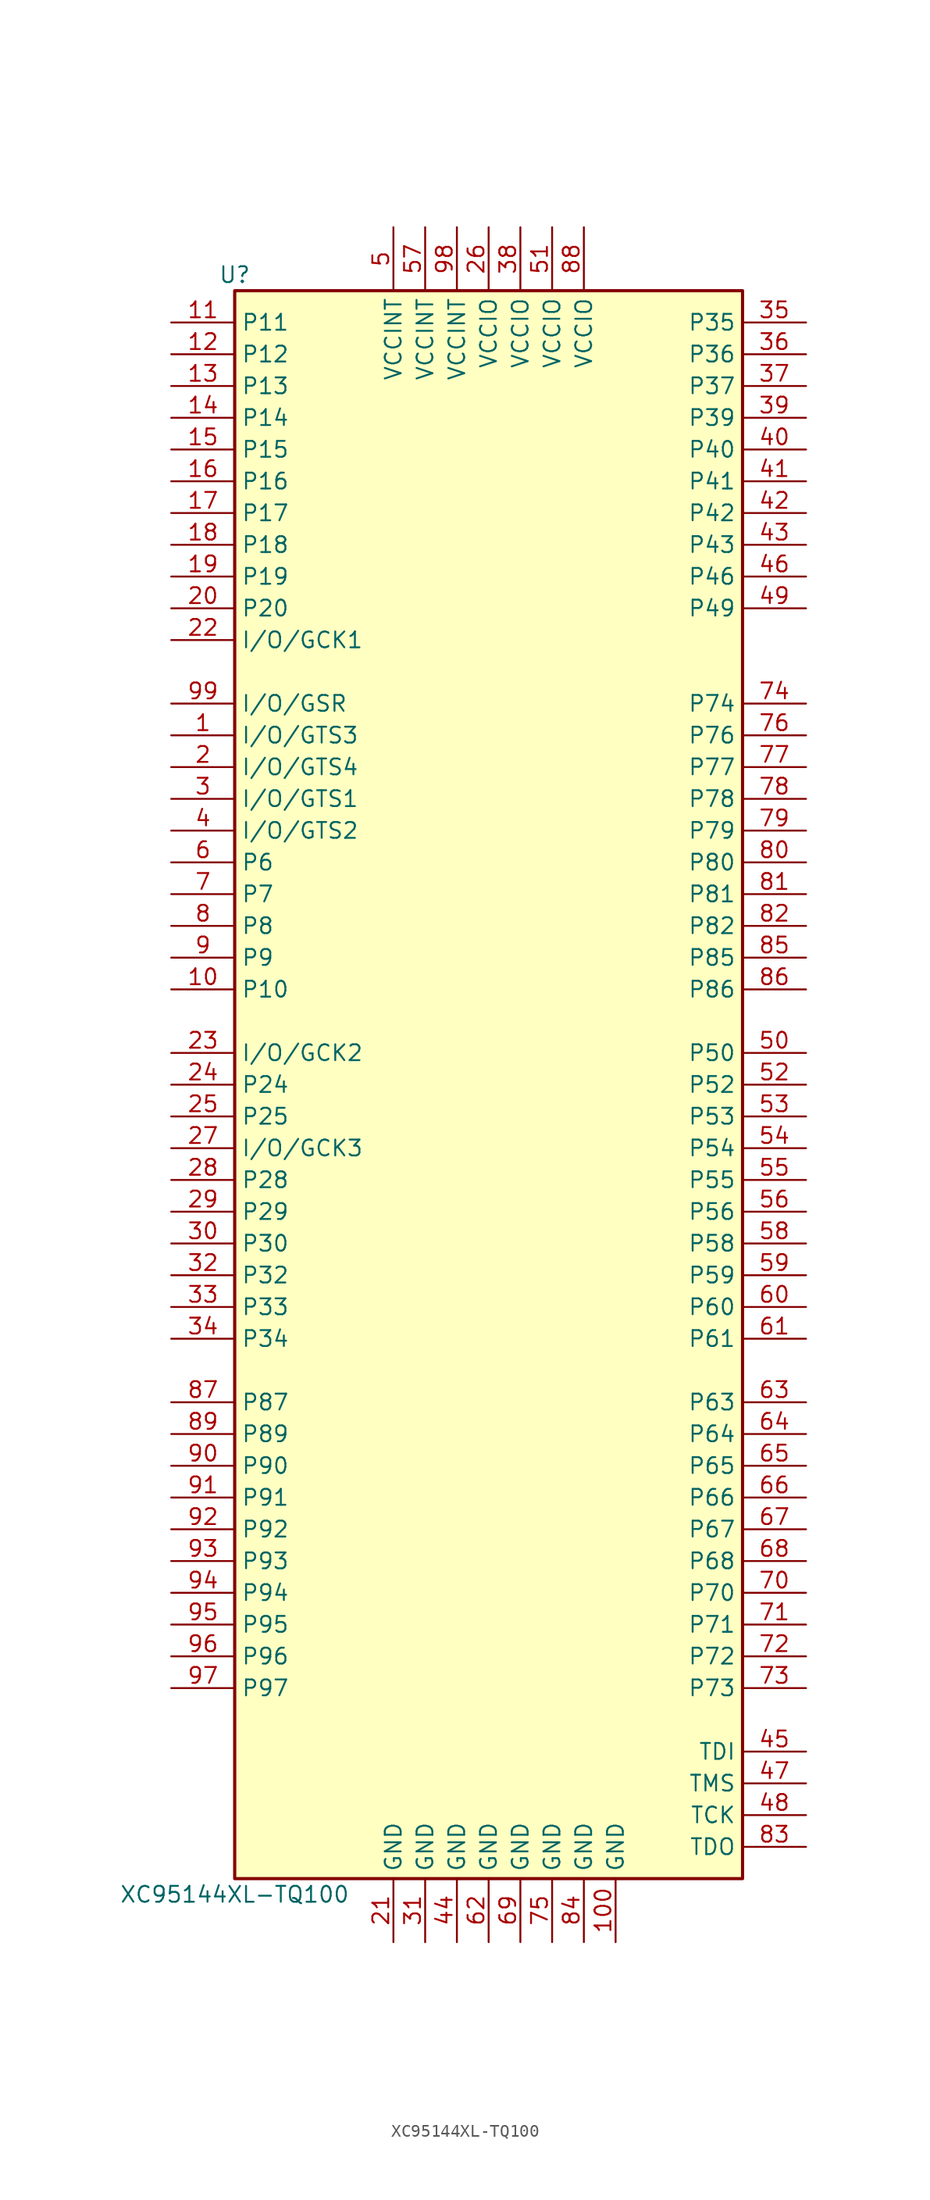
<source format=kicad_sym>
(kicad_symbol_lib
  (version 20211014)
  (generator kicad_symbol_editor)
  (symbol "XC95144XL-TQ100"
    (property "Reference" "U"
      (at -20.32 64.77 0)
      (effects (font (size 1.27 1.27))))
    (property "Value" "XC95144XL-TQ100"
      (at -20.32 -64.77 0)
      (effects (font (size 1.27 1.27))))
    (symbol "XC95144XL-TQ100_1_1"
      (rectangle (start -20.32 63.5) (end 20.32 -63.5) (stroke (width 0.254) (type default) (color 0 0 0 0)) (fill (type background)))
      (pin bidirectional line (at -25.4 27.94 0) (length 5.08) (name "I/O/GTS3" (effects (font (size 1.27 1.27)))) (number "1" (effects (font (size 1.27 1.27)))))
      (pin bidirectional line (at -25.4 7.62 0) (length 5.08) (name "P10" (effects (font (size 1.27 1.27)))) (number "10" (effects (font (size 1.27 1.27)))))
      (pin power_in line (at 10.16 -68.58 90) (length 5.08) (name "GND" (effects (font (size 1.27 1.27)))) (number "100" (effects (font (size 1.27 1.27)))))
      (pin bidirectional line (at -25.4 60.96 0) (length 5.08) (name "P11" (effects (font (size 1.27 1.27)))) (number "11" (effects (font (size 1.27 1.27)))))
      (pin bidirectional line (at -25.4 58.42 0) (length 5.08) (name "P12" (effects (font (size 1.27 1.27)))) (number "12" (effects (font (size 1.27 1.27)))))
      (pin bidirectional line (at -25.4 55.88 0) (length 5.08) (name "P13" (effects (font (size 1.27 1.27)))) (number "13" (effects (font (size 1.27 1.27)))))
      (pin bidirectional line (at -25.4 53.34 0) (length 5.08) (name "P14" (effects (font (size 1.27 1.27)))) (number "14" (effects (font (size 1.27 1.27)))))
      (pin bidirectional line (at -25.4 50.8 0) (length 5.08) (name "P15" (effects (font (size 1.27 1.27)))) (number "15" (effects (font (size 1.27 1.27)))))
      (pin bidirectional line (at -25.4 48.26 0) (length 5.08) (name "P16" (effects (font (size 1.27 1.27)))) (number "16" (effects (font (size 1.27 1.27)))))
      (pin bidirectional line (at -25.4 45.72 0) (length 5.08) (name "P17" (effects (font (size 1.27 1.27)))) (number "17" (effects (font (size 1.27 1.27)))))
      (pin bidirectional line (at -25.4 43.18 0) (length 5.08) (name "P18" (effects (font (size 1.27 1.27)))) (number "18" (effects (font (size 1.27 1.27)))))
      (pin bidirectional line (at -25.4 40.64 0) (length 5.08) (name "P19" (effects (font (size 1.27 1.27)))) (number "19" (effects (font (size 1.27 1.27)))))
      (pin bidirectional line (at -25.4 25.4 0) (length 5.08) (name "I/O/GTS4" (effects (font (size 1.27 1.27)))) (number "2" (effects (font (size 1.27 1.27)))))
      (pin bidirectional line (at -25.4 38.1 0) (length 5.08) (name "P20" (effects (font (size 1.27 1.27)))) (number "20" (effects (font (size 1.27 1.27)))))
      (pin power_in line (at -7.62 -68.58 90) (length 5.08) (name "GND" (effects (font (size 1.27 1.27)))) (number "21" (effects (font (size 1.27 1.27)))))
      (pin bidirectional line (at -25.4 35.56 0) (length 5.08) (name "I/O/GCK1" (effects (font (size 1.27 1.27)))) (number "22" (effects (font (size 1.27 1.27)))))
      (pin bidirectional line (at -25.4 2.54 0) (length 5.08) (name "I/O/GCK2" (effects (font (size 1.27 1.27)))) (number "23" (effects (font (size 1.27 1.27)))))
      (pin bidirectional line (at -25.4 0 0) (length 5.08) (name "P24" (effects (font (size 1.27 1.27)))) (number "24" (effects (font (size 1.27 1.27)))))
      (pin bidirectional line (at -25.4 -2.54 0) (length 5.08) (name "P25" (effects (font (size 1.27 1.27)))) (number "25" (effects (font (size 1.27 1.27)))))
      (pin power_in line (at 0 68.58 270) (length 5.08) (name "VCCIO" (effects (font (size 1.27 1.27)))) (number "26" (effects (font (size 1.27 1.27)))))
      (pin bidirectional line (at -25.4 -5.08 0) (length 5.08) (name "I/O/GCK3" (effects (font (size 1.27 1.27)))) (number "27" (effects (font (size 1.27 1.27)))))
      (pin bidirectional line (at -25.4 -7.62 0) (length 5.08) (name "P28" (effects (font (size 1.27 1.27)))) (number "28" (effects (font (size 1.27 1.27)))))
      (pin bidirectional line (at -25.4 -10.16 0) (length 5.08) (name "P29" (effects (font (size 1.27 1.27)))) (number "29" (effects (font (size 1.27 1.27)))))
      (pin bidirectional line (at -25.4 22.86 0) (length 5.08) (name "I/O/GTS1" (effects (font (size 1.27 1.27)))) (number "3" (effects (font (size 1.27 1.27)))))
      (pin bidirectional line (at -25.4 -12.7 0) (length 5.08) (name "P30" (effects (font (size 1.27 1.27)))) (number "30" (effects (font (size 1.27 1.27)))))
      (pin power_in line (at -5.08 -68.58 90) (length 5.08) (name "GND" (effects (font (size 1.27 1.27)))) (number "31" (effects (font (size 1.27 1.27)))))
      (pin bidirectional line (at -25.4 -15.24 0) (length 5.08) (name "P32" (effects (font (size 1.27 1.27)))) (number "32" (effects (font (size 1.27 1.27)))))
      (pin bidirectional line (at -25.4 -17.78 0) (length 5.08) (name "P33" (effects (font (size 1.27 1.27)))) (number "33" (effects (font (size 1.27 1.27)))))
      (pin bidirectional line (at -25.4 -20.32 0) (length 5.08) (name "P34" (effects (font (size 1.27 1.27)))) (number "34" (effects (font (size 1.27 1.27)))))
      (pin bidirectional line (at 25.4 60.96 180) (length 5.08) (name "P35" (effects (font (size 1.27 1.27)))) (number "35" (effects (font (size 1.27 1.27)))))
      (pin bidirectional line (at 25.4 58.42 180) (length 5.08) (name "P36" (effects (font (size 1.27 1.27)))) (number "36" (effects (font (size 1.27 1.27)))))
      (pin bidirectional line (at 25.4 55.88 180) (length 5.08) (name "P37" (effects (font (size 1.27 1.27)))) (number "37" (effects (font (size 1.27 1.27)))))
      (pin power_in line (at 2.54 68.58 270) (length 5.08) (name "VCCIO" (effects (font (size 1.27 1.27)))) (number "38" (effects (font (size 1.27 1.27)))))
      (pin bidirectional line (at 25.4 53.34 180) (length 5.08) (name "P39" (effects (font (size 1.27 1.27)))) (number "39" (effects (font (size 1.27 1.27)))))
      (pin bidirectional line (at -25.4 20.32 0) (length 5.08) (name "I/O/GTS2" (effects (font (size 1.27 1.27)))) (number "4" (effects (font (size 1.27 1.27)))))
      (pin bidirectional line (at 25.4 50.8 180) (length 5.08) (name "P40" (effects (font (size 1.27 1.27)))) (number "40" (effects (font (size 1.27 1.27)))))
      (pin bidirectional line (at 25.4 48.26 180) (length 5.08) (name "P41" (effects (font (size 1.27 1.27)))) (number "41" (effects (font (size 1.27 1.27)))))
      (pin bidirectional line (at 25.4 45.72 180) (length 5.08) (name "P42" (effects (font (size 1.27 1.27)))) (number "42" (effects (font (size 1.27 1.27)))))
      (pin bidirectional line (at 25.4 43.18 180) (length 5.08) (name "P43" (effects (font (size 1.27 1.27)))) (number "43" (effects (font (size 1.27 1.27)))))
      (pin power_in line (at -2.54 -68.58 90) (length 5.08) (name "GND" (effects (font (size 1.27 1.27)))) (number "44" (effects (font (size 1.27 1.27)))))
      (pin input line (at 25.4 -53.34 180) (length 5.08) (name "TDI" (effects (font (size 1.27 1.27)))) (number "45" (effects (font (size 1.27 1.27)))))
      (pin bidirectional line (at 25.4 40.64 180) (length 5.08) (name "P46" (effects (font (size 1.27 1.27)))) (number "46" (effects (font (size 1.27 1.27)))))
      (pin input line (at 25.4 -55.88 180) (length 5.08) (name "TMS" (effects (font (size 1.27 1.27)))) (number "47" (effects (font (size 1.27 1.27)))))
      (pin input line (at 25.4 -58.42 180) (length 5.08) (name "TCK" (effects (font (size 1.27 1.27)))) (number "48" (effects (font (size 1.27 1.27)))))
      (pin bidirectional line (at 25.4 38.1 180) (length 5.08) (name "P49" (effects (font (size 1.27 1.27)))) (number "49" (effects (font (size 1.27 1.27)))))
      (pin power_in line (at -7.62 68.58 270) (length 5.08) (name "VCCINT" (effects (font (size 1.27 1.27)))) (number "5" (effects (font (size 1.27 1.27)))))
      (pin bidirectional line (at 25.4 2.54 180) (length 5.08) (name "P50" (effects (font (size 1.27 1.27)))) (number "50" (effects (font (size 1.27 1.27)))))
      (pin power_in line (at 5.08 68.58 270) (length 5.08) (name "VCCIO" (effects (font (size 1.27 1.27)))) (number "51" (effects (font (size 1.27 1.27)))))
      (pin bidirectional line (at 25.4 0 180) (length 5.08) (name "P52" (effects (font (size 1.27 1.27)))) (number "52" (effects (font (size 1.27 1.27)))))
      (pin bidirectional line (at 25.4 -2.54 180) (length 5.08) (name "P53" (effects (font (size 1.27 1.27)))) (number "53" (effects (font (size 1.27 1.27)))))
      (pin bidirectional line (at 25.4 -5.08 180) (length 5.08) (name "P54" (effects (font (size 1.27 1.27)))) (number "54" (effects (font (size 1.27 1.27)))))
      (pin bidirectional line (at 25.4 -7.62 180) (length 5.08) (name "P55" (effects (font (size 1.27 1.27)))) (number "55" (effects (font (size 1.27 1.27)))))
      (pin bidirectional line (at 25.4 -10.16 180) (length 5.08) (name "P56" (effects (font (size 1.27 1.27)))) (number "56" (effects (font (size 1.27 1.27)))))
      (pin power_in line (at -5.08 68.58 270) (length 5.08) (name "VCCINT" (effects (font (size 1.27 1.27)))) (number "57" (effects (font (size 1.27 1.27)))))
      (pin bidirectional line (at 25.4 -12.7 180) (length 5.08) (name "P58" (effects (font (size 1.27 1.27)))) (number "58" (effects (font (size 1.27 1.27)))))
      (pin bidirectional line (at 25.4 -15.24 180) (length 5.08) (name "P59" (effects (font (size 1.27 1.27)))) (number "59" (effects (font (size 1.27 1.27)))))
      (pin bidirectional line (at -25.4 17.78 0) (length 5.08) (name "P6" (effects (font (size 1.27 1.27)))) (number "6" (effects (font (size 1.27 1.27)))))
      (pin bidirectional line (at 25.4 -17.78 180) (length 5.08) (name "P60" (effects (font (size 1.27 1.27)))) (number "60" (effects (font (size 1.27 1.27)))))
      (pin bidirectional line (at 25.4 -20.32 180) (length 5.08) (name "P61" (effects (font (size 1.27 1.27)))) (number "61" (effects (font (size 1.27 1.27)))))
      (pin power_in line (at 0 -68.58 90) (length 5.08) (name "GND" (effects (font (size 1.27 1.27)))) (number "62" (effects (font (size 1.27 1.27)))))
      (pin bidirectional line (at 25.4 -25.4 180) (length 5.08) (name "P63" (effects (font (size 1.27 1.27)))) (number "63" (effects (font (size 1.27 1.27)))))
      (pin bidirectional line (at 25.4 -27.94 180) (length 5.08) (name "P64" (effects (font (size 1.27 1.27)))) (number "64" (effects (font (size 1.27 1.27)))))
      (pin bidirectional line (at 25.4 -30.48 180) (length 5.08) (name "P65" (effects (font (size 1.27 1.27)))) (number "65" (effects (font (size 1.27 1.27)))))
      (pin bidirectional line (at 25.4 -33.02 180) (length 5.08) (name "P66" (effects (font (size 1.27 1.27)))) (number "66" (effects (font (size 1.27 1.27)))))
      (pin bidirectional line (at 25.4 -35.56 180) (length 5.08) (name "P67" (effects (font (size 1.27 1.27)))) (number "67" (effects (font (size 1.27 1.27)))))
      (pin bidirectional line (at 25.4 -38.1 180) (length 5.08) (name "P68" (effects (font (size 1.27 1.27)))) (number "68" (effects (font (size 1.27 1.27)))))
      (pin power_in line (at 2.54 -68.58 90) (length 5.08) (name "GND" (effects (font (size 1.27 1.27)))) (number "69" (effects (font (size 1.27 1.27)))))
      (pin bidirectional line (at -25.4 15.24 0) (length 5.08) (name "P7" (effects (font (size 1.27 1.27)))) (number "7" (effects (font (size 1.27 1.27)))))
      (pin bidirectional line (at 25.4 -40.64 180) (length 5.08) (name "P70" (effects (font (size 1.27 1.27)))) (number "70" (effects (font (size 1.27 1.27)))))
      (pin bidirectional line (at 25.4 -43.18 180) (length 5.08) (name "P71" (effects (font (size 1.27 1.27)))) (number "71" (effects (font (size 1.27 1.27)))))
      (pin bidirectional line (at 25.4 -45.72 180) (length 5.08) (name "P72" (effects (font (size 1.27 1.27)))) (number "72" (effects (font (size 1.27 1.27)))))
      (pin bidirectional line (at 25.4 -48.26 180) (length 5.08) (name "P73" (effects (font (size 1.27 1.27)))) (number "73" (effects (font (size 1.27 1.27)))))
      (pin bidirectional line (at 25.4 30.48 180) (length 5.08) (name "P74" (effects (font (size 1.27 1.27)))) (number "74" (effects (font (size 1.27 1.27)))))
      (pin power_in line (at 5.08 -68.58 90) (length 5.08) (name "GND" (effects (font (size 1.27 1.27)))) (number "75" (effects (font (size 1.27 1.27)))))
      (pin bidirectional line (at 25.4 27.94 180) (length 5.08) (name "P76" (effects (font (size 1.27 1.27)))) (number "76" (effects (font (size 1.27 1.27)))))
      (pin bidirectional line (at 25.4 25.4 180) (length 5.08) (name "P77" (effects (font (size 1.27 1.27)))) (number "77" (effects (font (size 1.27 1.27)))))
      (pin bidirectional line (at 25.4 22.86 180) (length 5.08) (name "P78" (effects (font (size 1.27 1.27)))) (number "78" (effects (font (size 1.27 1.27)))))
      (pin bidirectional line (at 25.4 20.32 180) (length 5.08) (name "P79" (effects (font (size 1.27 1.27)))) (number "79" (effects (font (size 1.27 1.27)))))
      (pin bidirectional line (at -25.4 12.7 0) (length 5.08) (name "P8" (effects (font (size 1.27 1.27)))) (number "8" (effects (font (size 1.27 1.27)))))
      (pin bidirectional line (at 25.4 17.78 180) (length 5.08) (name "P80" (effects (font (size 1.27 1.27)))) (number "80" (effects (font (size 1.27 1.27)))))
      (pin bidirectional line (at 25.4 15.24 180) (length 5.08) (name "P81" (effects (font (size 1.27 1.27)))) (number "81" (effects (font (size 1.27 1.27)))))
      (pin bidirectional line (at 25.4 12.7 180) (length 5.08) (name "P82" (effects (font (size 1.27 1.27)))) (number "82" (effects (font (size 1.27 1.27)))))
      (pin output line (at 25.4 -60.96 180) (length 5.08) (name "TDO" (effects (font (size 1.27 1.27)))) (number "83" (effects (font (size 1.27 1.27)))))
      (pin power_in line (at 7.62 -68.58 90) (length 5.08) (name "GND" (effects (font (size 1.27 1.27)))) (number "84" (effects (font (size 1.27 1.27)))))
      (pin bidirectional line (at 25.4 10.16 180) (length 5.08) (name "P85" (effects (font (size 1.27 1.27)))) (number "85" (effects (font (size 1.27 1.27)))))
      (pin bidirectional line (at 25.4 7.62 180) (length 5.08) (name "P86" (effects (font (size 1.27 1.27)))) (number "86" (effects (font (size 1.27 1.27)))))
      (pin bidirectional line (at -25.4 -25.4 0) (length 5.08) (name "P87" (effects (font (size 1.27 1.27)))) (number "87" (effects (font (size 1.27 1.27)))))
      (pin power_in line (at 7.62 68.58 270) (length 5.08) (name "VCCIO" (effects (font (size 1.27 1.27)))) (number "88" (effects (font (size 1.27 1.27)))))
      (pin bidirectional line (at -25.4 -27.94 0) (length 5.08) (name "P89" (effects (font (size 1.27 1.27)))) (number "89" (effects (font (size 1.27 1.27)))))
      (pin bidirectional line (at -25.4 10.16 0) (length 5.08) (name "P9" (effects (font (size 1.27 1.27)))) (number "9" (effects (font (size 1.27 1.27)))))
      (pin bidirectional line (at -25.4 -30.48 0) (length 5.08) (name "P90" (effects (font (size 1.27 1.27)))) (number "90" (effects (font (size 1.27 1.27)))))
      (pin bidirectional line (at -25.4 -33.02 0) (length 5.08) (name "P91" (effects (font (size 1.27 1.27)))) (number "91" (effects (font (size 1.27 1.27)))))
      (pin bidirectional line (at -25.4 -35.56 0) (length 5.08) (name "P92" (effects (font (size 1.27 1.27)))) (number "92" (effects (font (size 1.27 1.27)))))
      (pin bidirectional line (at -25.4 -38.1 0) (length 5.08) (name "P93" (effects (font (size 1.27 1.27)))) (number "93" (effects (font (size 1.27 1.27)))))
      (pin bidirectional line (at -25.4 -40.64 0) (length 5.08) (name "P94" (effects (font (size 1.27 1.27)))) (number "94" (effects (font (size 1.27 1.27)))))
      (pin bidirectional line (at -25.4 -43.18 0) (length 5.08) (name "P95" (effects (font (size 1.27 1.27)))) (number "95" (effects (font (size 1.27 1.27)))))
      (pin bidirectional line (at -25.4 -45.72 0) (length 5.08) (name "P96" (effects (font (size 1.27 1.27)))) (number "96" (effects (font (size 1.27 1.27)))))
      (pin bidirectional line (at -25.4 -48.26 0) (length 5.08) (name "P97" (effects (font (size 1.27 1.27)))) (number "97" (effects (font (size 1.27 1.27)))))
      (pin power_in line (at -2.54 68.58 270) (length 5.08) (name "VCCINT" (effects (font (size 1.27 1.27)))) (number "98" (effects (font (size 1.27 1.27)))))
      (pin bidirectional line (at -25.4 30.48 0) (length 5.08) (name "I/O/GSR" (effects (font (size 1.27 1.27)))) (number "99" (effects (font (size 1.27 1.27))))))))
</source>
